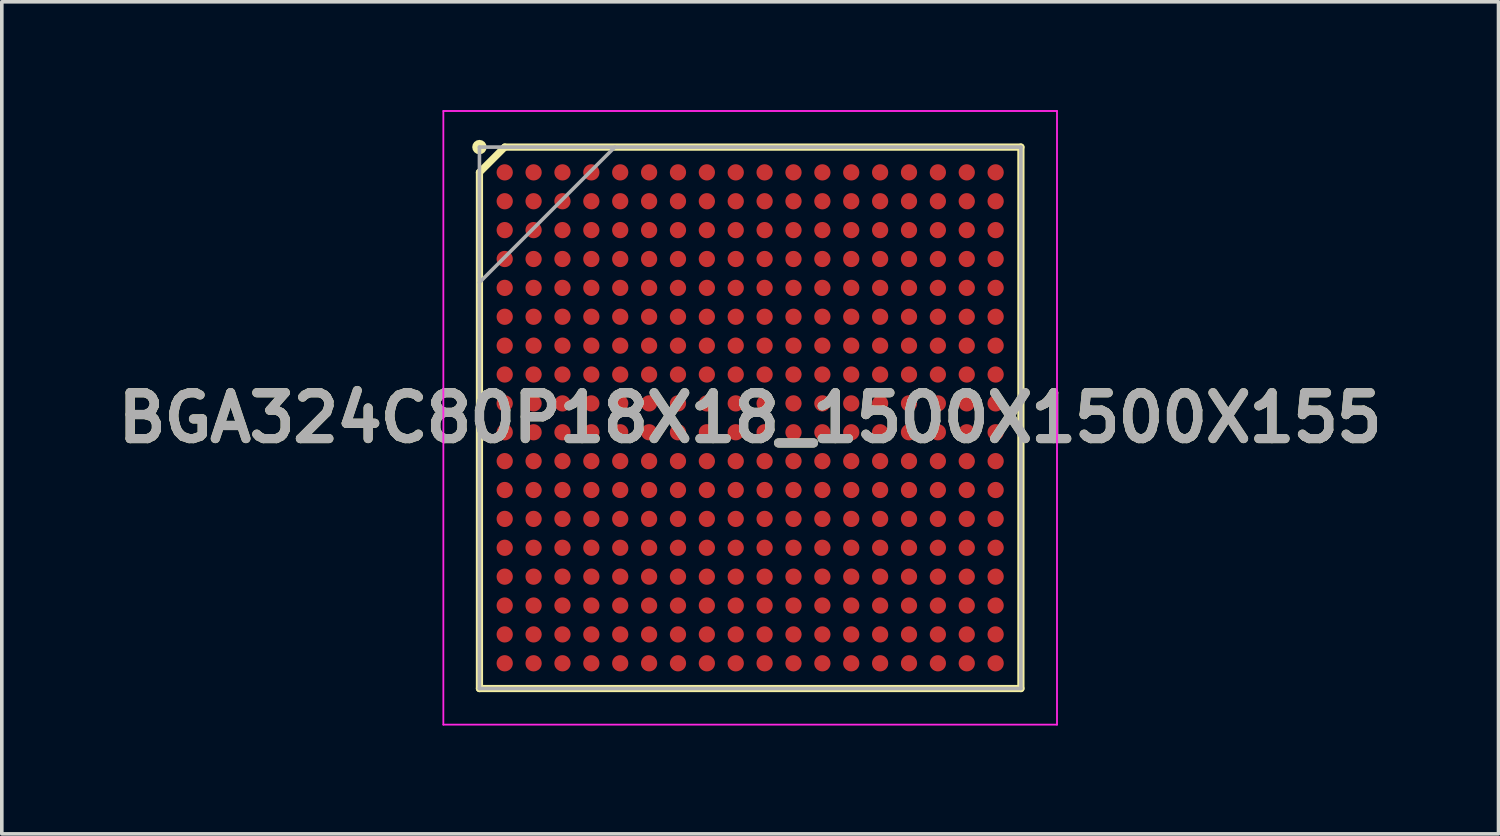
<source format=kicad_pcb>
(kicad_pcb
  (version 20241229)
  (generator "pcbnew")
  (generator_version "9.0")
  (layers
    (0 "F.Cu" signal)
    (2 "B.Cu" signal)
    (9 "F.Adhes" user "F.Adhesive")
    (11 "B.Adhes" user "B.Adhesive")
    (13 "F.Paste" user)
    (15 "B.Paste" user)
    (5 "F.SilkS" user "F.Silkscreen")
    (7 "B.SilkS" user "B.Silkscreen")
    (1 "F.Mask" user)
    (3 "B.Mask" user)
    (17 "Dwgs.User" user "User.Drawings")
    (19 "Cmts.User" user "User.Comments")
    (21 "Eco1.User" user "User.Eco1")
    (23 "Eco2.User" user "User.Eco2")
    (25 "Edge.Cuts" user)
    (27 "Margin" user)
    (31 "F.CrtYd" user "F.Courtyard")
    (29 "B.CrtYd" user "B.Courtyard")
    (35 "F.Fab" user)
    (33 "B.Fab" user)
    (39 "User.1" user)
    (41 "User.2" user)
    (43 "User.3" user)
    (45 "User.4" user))
  (footprint "BGA324C80P18X18_1500X1500X155"
    (layer "F.Cu")
    (at 17.732 8.525)
    (property "Reference" "BGA324C80P18X18_1500X1500X155" (at 0 0 0) (layer "F.SilkS") (effects (font (size 1.27 1.27) (thickness 0.254))))
    (attr smd)
    (fp_line (start -7.5 -6.8) (end -6.8 -7.5) (stroke (width 0.2) (type solid)) (layer "F.SilkS"))
    (fp_line (start -7.5 7.5) (end -7.5 -6.8) (stroke (width 0.2) (type solid)) (layer "F.SilkS"))
    (fp_line (start -6.8 -7.5) (end 7.5 -7.5) (stroke (width 0.2) (type solid)) (layer "F.SilkS"))
    (fp_line (start 7.5 -7.5) (end 7.5 7.5) (stroke (width 0.2) (type solid)) (layer "F.SilkS"))
    (fp_line (start 7.5 7.5) (end -7.5 7.5) (stroke (width 0.2) (type solid)) (layer "F.SilkS"))
    (fp_circle (center -7.5 -7.5) (end -7.5 -7.4) (stroke (width 0.2) (type solid)) (fill no) (layer "F.SilkS"))
    (fp_line (start -8.5 -8.5) (end 8.5 -8.5) (stroke (width 0.05) (type solid)) (layer "F.CrtYd"))
    (fp_line (start -8.5 8.5) (end -8.5 -8.5) (stroke (width 0.05) (type solid)) (layer "F.CrtYd"))
    (fp_line (start 8.5 -8.5) (end 8.5 8.5) (stroke (width 0.05) (type solid)) (layer "F.CrtYd"))
    (fp_line (start 8.5 8.5) (end -8.5 8.5) (stroke (width 0.05) (type solid)) (layer "F.CrtYd"))
    (fp_line (start -7.5 -7.5) (end 7.5 -7.5) (stroke (width 0.1) (type solid)) (layer "F.Fab"))
    (fp_line (start -7.5 -3.75) (end -3.75 -7.5) (stroke (width 0.1) (type solid)) (layer "F.Fab"))
    (fp_line (start -7.5 7.5) (end -7.5 -7.5) (stroke (width 0.1) (type solid)) (layer "F.Fab"))
    (fp_line (start 7.5 -7.5) (end 7.5 7.5) (stroke (width 0.1) (type solid)) (layer "F.Fab"))
    (fp_line (start 7.5 7.5) (end -7.5 7.5) (stroke (width 0.1) (type solid)) (layer "F.Fab"))
    (fp_text user "${REFERENCE}" (at 0 0 0) (layer "F.Fab") (effects (font (size 1.27 1.27) (thickness 0.254))))
    (pad "A1" smd circle (at -6.8 -6.8 90) (size 0.45 0.45) (layers "F.Cu" "F.Mask" "F.Paste"))
    (pad "A2" smd circle (at -6 -6.8 90) (size 0.45 0.45) (layers "F.Cu" "F.Mask" "F.Paste"))
    (pad "A3" smd circle (at -5.2 -6.8 90) (size 0.45 0.45) (layers "F.Cu" "F.Mask" "F.Paste"))
    (pad "A4" smd circle (at -4.4 -6.8 90) (size 0.45 0.45) (layers "F.Cu" "F.Mask" "F.Paste"))
    (pad "A5" smd circle (at -3.6 -6.8 90) (size 0.45 0.45) (layers "F.Cu" "F.Mask" "F.Paste"))
    (pad "A6" smd circle (at -2.8 -6.8 90) (size 0.45 0.45) (layers "F.Cu" "F.Mask" "F.Paste"))
    (pad "A7" smd circle (at -2 -6.8 90) (size 0.45 0.45) (layers "F.Cu" "F.Mask" "F.Paste"))
    (pad "A8" smd circle (at -1.2 -6.8 90) (size 0.45 0.45) (layers "F.Cu" "F.Mask" "F.Paste"))
    (pad "A9" smd circle (at -0.4 -6.8 90) (size 0.45 0.45) (layers "F.Cu" "F.Mask" "F.Paste"))
    (pad "A10" smd circle (at 0.4 -6.8 90) (size 0.45 0.45) (layers "F.Cu" "F.Mask" "F.Paste"))
    (pad "A11" smd circle (at 1.2 -6.8 90) (size 0.45 0.45) (layers "F.Cu" "F.Mask" "F.Paste"))
    (pad "A12" smd circle (at 2 -6.8 90) (size 0.45 0.45) (layers "F.Cu" "F.Mask" "F.Paste"))
    (pad "A13" smd circle (at 2.8 -6.8 90) (size 0.45 0.45) (layers "F.Cu" "F.Mask" "F.Paste"))
    (pad "A14" smd circle (at 3.6 -6.8 90) (size 0.45 0.45) (layers "F.Cu" "F.Mask" "F.Paste"))
    (pad "A15" smd circle (at 4.4 -6.8 90) (size 0.45 0.45) (layers "F.Cu" "F.Mask" "F.Paste"))
    (pad "A16" smd circle (at 5.2 -6.8 90) (size 0.45 0.45) (layers "F.Cu" "F.Mask" "F.Paste"))
    (pad "A17" smd circle (at 6 -6.8 90) (size 0.45 0.45) (layers "F.Cu" "F.Mask" "F.Paste"))
    (pad "A18" smd circle (at 6.8 -6.8 90) (size 0.45 0.45) (layers "F.Cu" "F.Mask" "F.Paste"))
    (pad "B1" smd circle (at -6.8 -6 90) (size 0.45 0.45) (layers "F.Cu" "F.Mask" "F.Paste"))
    (pad "B2" smd circle (at -6 -6 90) (size 0.45 0.45) (layers "F.Cu" "F.Mask" "F.Paste"))
    (pad "B3" smd circle (at -5.2 -6 90) (size 0.45 0.45) (layers "F.Cu" "F.Mask" "F.Paste"))
    (pad "B4" smd circle (at -4.4 -6 90) (size 0.45 0.45) (layers "F.Cu" "F.Mask" "F.Paste"))
    (pad "B5" smd circle (at -3.6 -6 90) (size 0.45 0.45) (layers "F.Cu" "F.Mask" "F.Paste"))
    (pad "B6" smd circle (at -2.8 -6 90) (size 0.45 0.45) (layers "F.Cu" "F.Mask" "F.Paste"))
    (pad "B7" smd circle (at -2 -6 90) (size 0.45 0.45) (layers "F.Cu" "F.Mask" "F.Paste"))
    (pad "B8" smd circle (at -1.2 -6 90) (size 0.45 0.45) (layers "F.Cu" "F.Mask" "F.Paste"))
    (pad "B9" smd circle (at -0.4 -6 90) (size 0.45 0.45) (layers "F.Cu" "F.Mask" "F.Paste"))
    (pad "B10" smd circle (at 0.4 -6 90) (size 0.45 0.45) (layers "F.Cu" "F.Mask" "F.Paste"))
    (pad "B11" smd circle (at 1.2 -6 90) (size 0.45 0.45) (layers "F.Cu" "F.Mask" "F.Paste"))
    (pad "B12" smd circle (at 2 -6 90) (size 0.45 0.45) (layers "F.Cu" "F.Mask" "F.Paste"))
    (pad "B13" smd circle (at 2.8 -6 90) (size 0.45 0.45) (layers "F.Cu" "F.Mask" "F.Paste"))
    (pad "B14" smd circle (at 3.6 -6 90) (size 0.45 0.45) (layers "F.Cu" "F.Mask" "F.Paste"))
    (pad "B15" smd circle (at 4.4 -6 90) (size 0.45 0.45) (layers "F.Cu" "F.Mask" "F.Paste"))
    (pad "B16" smd circle (at 5.2 -6 90) (size 0.45 0.45) (layers "F.Cu" "F.Mask" "F.Paste"))
    (pad "B17" smd circle (at 6 -6 90) (size 0.45 0.45) (layers "F.Cu" "F.Mask" "F.Paste"))
    (pad "B18" smd circle (at 6.8 -6 90) (size 0.45 0.45) (layers "F.Cu" "F.Mask" "F.Paste"))
    (pad "C1" smd circle (at -6.8 -5.2 90) (size 0.45 0.45) (layers "F.Cu" "F.Mask" "F.Paste"))
    (pad "C2" smd circle (at -6 -5.2 90) (size 0.45 0.45) (layers "F.Cu" "F.Mask" "F.Paste"))
    (pad "C3" smd circle (at -5.2 -5.2 90) (size 0.45 0.45) (layers "F.Cu" "F.Mask" "F.Paste"))
    (pad "C4" smd circle (at -4.4 -5.2 90) (size 0.45 0.45) (layers "F.Cu" "F.Mask" "F.Paste"))
    (pad "C5" smd circle (at -3.6 -5.2 90) (size 0.45 0.45) (layers "F.Cu" "F.Mask" "F.Paste"))
    (pad "C6" smd circle (at -2.8 -5.2 90) (size 0.45 0.45) (layers "F.Cu" "F.Mask" "F.Paste"))
    (pad "C7" smd circle (at -2 -5.2 90) (size 0.45 0.45) (layers "F.Cu" "F.Mask" "F.Paste"))
    (pad "C8" smd circle (at -1.2 -5.2 90) (size 0.45 0.45) (layers "F.Cu" "F.Mask" "F.Paste"))
    (pad "C9" smd circle (at -0.4 -5.2 90) (size 0.45 0.45) (layers "F.Cu" "F.Mask" "F.Paste"))
    (pad "C10" smd circle (at 0.4 -5.2 90) (size 0.45 0.45) (layers "F.Cu" "F.Mask" "F.Paste"))
    (pad "C11" smd circle (at 1.2 -5.2 90) (size 0.45 0.45) (layers "F.Cu" "F.Mask" "F.Paste"))
    (pad "C12" smd circle (at 2 -5.2 90) (size 0.45 0.45) (layers "F.Cu" "F.Mask" "F.Paste"))
    (pad "C13" smd circle (at 2.8 -5.2 90) (size 0.45 0.45) (layers "F.Cu" "F.Mask" "F.Paste"))
    (pad "C14" smd circle (at 3.6 -5.2 90) (size 0.45 0.45) (layers "F.Cu" "F.Mask" "F.Paste"))
    (pad "C15" smd circle (at 4.4 -5.2 90) (size 0.45 0.45) (layers "F.Cu" "F.Mask" "F.Paste"))
    (pad "C16" smd circle (at 5.2 -5.2 90) (size 0.45 0.45) (layers "F.Cu" "F.Mask" "F.Paste"))
    (pad "C17" smd circle (at 6 -5.2 90) (size 0.45 0.45) (layers "F.Cu" "F.Mask" "F.Paste"))
    (pad "C18" smd circle (at 6.8 -5.2 90) (size 0.45 0.45) (layers "F.Cu" "F.Mask" "F.Paste"))
    (pad "D1" smd circle (at -6.8 -4.4 90) (size 0.45 0.45) (layers "F.Cu" "F.Mask" "F.Paste"))
    (pad "D2" smd circle (at -6 -4.4 90) (size 0.45 0.45) (layers "F.Cu" "F.Mask" "F.Paste"))
    (pad "D3" smd circle (at -5.2 -4.4 90) (size 0.45 0.45) (layers "F.Cu" "F.Mask" "F.Paste"))
    (pad "D4" smd circle (at -4.4 -4.4 90) (size 0.45 0.45) (layers "F.Cu" "F.Mask" "F.Paste"))
    (pad "D5" smd circle (at -3.6 -4.4 90) (size 0.45 0.45) (layers "F.Cu" "F.Mask" "F.Paste"))
    (pad "D6" smd circle (at -2.8 -4.4 90) (size 0.45 0.45) (layers "F.Cu" "F.Mask" "F.Paste"))
    (pad "D7" smd circle (at -2 -4.4 90) (size 0.45 0.45) (layers "F.Cu" "F.Mask" "F.Paste"))
    (pad "D8" smd circle (at -1.2 -4.4 90) (size 0.45 0.45) (layers "F.Cu" "F.Mask" "F.Paste"))
    (pad "D9" smd circle (at -0.4 -4.4 90) (size 0.45 0.45) (layers "F.Cu" "F.Mask" "F.Paste"))
    (pad "D10" smd circle (at 0.4 -4.4 90) (size 0.45 0.45) (layers "F.Cu" "F.Mask" "F.Paste"))
    (pad "D11" smd circle (at 1.2 -4.4 90) (size 0.45 0.45) (layers "F.Cu" "F.Mask" "F.Paste"))
    (pad "D12" smd circle (at 2 -4.4 90) (size 0.45 0.45) (layers "F.Cu" "F.Mask" "F.Paste"))
    (pad "D13" smd circle (at 2.8 -4.4 90) (size 0.45 0.45) (layers "F.Cu" "F.Mask" "F.Paste"))
    (pad "D14" smd circle (at 3.6 -4.4 90) (size 0.45 0.45) (layers "F.Cu" "F.Mask" "F.Paste"))
    (pad "D15" smd circle (at 4.4 -4.4 90) (size 0.45 0.45) (layers "F.Cu" "F.Mask" "F.Paste"))
    (pad "D16" smd circle (at 5.2 -4.4 90) (size 0.45 0.45) (layers "F.Cu" "F.Mask" "F.Paste"))
    (pad "D17" smd circle (at 6 -4.4 90) (size 0.45 0.45) (layers "F.Cu" "F.Mask" "F.Paste"))
    (pad "D18" smd circle (at 6.8 -4.4 90) (size 0.45 0.45) (layers "F.Cu" "F.Mask" "F.Paste"))
    (pad "E1" smd circle (at -6.8 -3.6 90) (size 0.45 0.45) (layers "F.Cu" "F.Mask" "F.Paste"))
    (pad "E2" smd circle (at -6 -3.6 90) (size 0.45 0.45) (layers "F.Cu" "F.Mask" "F.Paste"))
    (pad "E3" smd circle (at -5.2 -3.6 90) (size 0.45 0.45) (layers "F.Cu" "F.Mask" "F.Paste"))
    (pad "E4" smd circle (at -4.4 -3.6 90) (size 0.45 0.45) (layers "F.Cu" "F.Mask" "F.Paste"))
    (pad "E5" smd circle (at -3.6 -3.6 90) (size 0.45 0.45) (layers "F.Cu" "F.Mask" "F.Paste"))
    (pad "E6" smd circle (at -2.8 -3.6 90) (size 0.45 0.45) (layers "F.Cu" "F.Mask" "F.Paste"))
    (pad "E7" smd circle (at -2 -3.6 90) (size 0.45 0.45) (layers "F.Cu" "F.Mask" "F.Paste"))
    (pad "E8" smd circle (at -1.2 -3.6 90) (size 0.45 0.45) (layers "F.Cu" "F.Mask" "F.Paste"))
    (pad "E9" smd circle (at -0.4 -3.6 90) (size 0.45 0.45) (layers "F.Cu" "F.Mask" "F.Paste"))
    (pad "E10" smd circle (at 0.4 -3.6 90) (size 0.45 0.45) (layers "F.Cu" "F.Mask" "F.Paste"))
    (pad "E11" smd circle (at 1.2 -3.6 90) (size 0.45 0.45) (layers "F.Cu" "F.Mask" "F.Paste"))
    (pad "E12" smd circle (at 2 -3.6 90) (size 0.45 0.45) (layers "F.Cu" "F.Mask" "F.Paste"))
    (pad "E13" smd circle (at 2.8 -3.6 90) (size 0.45 0.45) (layers "F.Cu" "F.Mask" "F.Paste"))
    (pad "E14" smd circle (at 3.6 -3.6 90) (size 0.45 0.45) (layers "F.Cu" "F.Mask" "F.Paste"))
    (pad "E15" smd circle (at 4.4 -3.6 90) (size 0.45 0.45) (layers "F.Cu" "F.Mask" "F.Paste"))
    (pad "E16" smd circle (at 5.2 -3.6 90) (size 0.45 0.45) (layers "F.Cu" "F.Mask" "F.Paste"))
    (pad "E17" smd circle (at 6 -3.6 90) (size 0.45 0.45) (layers "F.Cu" "F.Mask" "F.Paste"))
    (pad "E18" smd circle (at 6.8 -3.6 90) (size 0.45 0.45) (layers "F.Cu" "F.Mask" "F.Paste"))
    (pad "F1" smd circle (at -6.8 -2.8 90) (size 0.45 0.45) (layers "F.Cu" "F.Mask" "F.Paste"))
    (pad "F2" smd circle (at -6 -2.8 90) (size 0.45 0.45) (layers "F.Cu" "F.Mask" "F.Paste"))
    (pad "F3" smd circle (at -5.2 -2.8 90) (size 0.45 0.45) (layers "F.Cu" "F.Mask" "F.Paste"))
    (pad "F4" smd circle (at -4.4 -2.8 90) (size 0.45 0.45) (layers "F.Cu" "F.Mask" "F.Paste"))
    (pad "F5" smd circle (at -3.6 -2.8 90) (size 0.45 0.45) (layers "F.Cu" "F.Mask" "F.Paste"))
    (pad "F6" smd circle (at -2.8 -2.8 90) (size 0.45 0.45) (layers "F.Cu" "F.Mask" "F.Paste"))
    (pad "F7" smd circle (at -2 -2.8 90) (size 0.45 0.45) (layers "F.Cu" "F.Mask" "F.Paste"))
    (pad "F8" smd circle (at -1.2 -2.8 90) (size 0.45 0.45) (layers "F.Cu" "F.Mask" "F.Paste"))
    (pad "F9" smd circle (at -0.4 -2.8 90) (size 0.45 0.45) (layers "F.Cu" "F.Mask" "F.Paste"))
    (pad "F10" smd circle (at 0.4 -2.8 90) (size 0.45 0.45) (layers "F.Cu" "F.Mask" "F.Paste"))
    (pad "F11" smd circle (at 1.2 -2.8 90) (size 0.45 0.45) (layers "F.Cu" "F.Mask" "F.Paste"))
    (pad "F12" smd circle (at 2 -2.8 90) (size 0.45 0.45) (layers "F.Cu" "F.Mask" "F.Paste"))
    (pad "F13" smd circle (at 2.8 -2.8 90) (size 0.45 0.45) (layers "F.Cu" "F.Mask" "F.Paste"))
    (pad "F14" smd circle (at 3.6 -2.8 90) (size 0.45 0.45) (layers "F.Cu" "F.Mask" "F.Paste"))
    (pad "F15" smd circle (at 4.4 -2.8 90) (size 0.45 0.45) (layers "F.Cu" "F.Mask" "F.Paste"))
    (pad "F16" smd circle (at 5.2 -2.8 90) (size 0.45 0.45) (layers "F.Cu" "F.Mask" "F.Paste"))
    (pad "F17" smd circle (at 6 -2.8 90) (size 0.45 0.45) (layers "F.Cu" "F.Mask" "F.Paste"))
    (pad "F18" smd circle (at 6.8 -2.8 90) (size 0.45 0.45) (layers "F.Cu" "F.Mask" "F.Paste"))
    (pad "G1" smd circle (at -6.8 -2 90) (size 0.45 0.45) (layers "F.Cu" "F.Mask" "F.Paste"))
    (pad "G2" smd circle (at -6 -2 90) (size 0.45 0.45) (layers "F.Cu" "F.Mask" "F.Paste"))
    (pad "G3" smd circle (at -5.2 -2 90) (size 0.45 0.45) (layers "F.Cu" "F.Mask" "F.Paste"))
    (pad "G4" smd circle (at -4.4 -2 90) (size 0.45 0.45) (layers "F.Cu" "F.Mask" "F.Paste"))
    (pad "G5" smd circle (at -3.6 -2 90) (size 0.45 0.45) (layers "F.Cu" "F.Mask" "F.Paste"))
    (pad "G6" smd circle (at -2.8 -2 90) (size 0.45 0.45) (layers "F.Cu" "F.Mask" "F.Paste"))
    (pad "G7" smd circle (at -2 -2 90) (size 0.45 0.45) (layers "F.Cu" "F.Mask" "F.Paste"))
    (pad "G8" smd circle (at -1.2 -2 90) (size 0.45 0.45) (layers "F.Cu" "F.Mask" "F.Paste"))
    (pad "G9" smd circle (at -0.4 -2 90) (size 0.45 0.45) (layers "F.Cu" "F.Mask" "F.Paste"))
    (pad "G10" smd circle (at 0.4 -2 90) (size 0.45 0.45) (layers "F.Cu" "F.Mask" "F.Paste"))
    (pad "G11" smd circle (at 1.2 -2 90) (size 0.45 0.45) (layers "F.Cu" "F.Mask" "F.Paste"))
    (pad "G12" smd circle (at 2 -2 90) (size 0.45 0.45) (layers "F.Cu" "F.Mask" "F.Paste"))
    (pad "G13" smd circle (at 2.8 -2 90) (size 0.45 0.45) (layers "F.Cu" "F.Mask" "F.Paste"))
    (pad "G14" smd circle (at 3.6 -2 90) (size 0.45 0.45) (layers "F.Cu" "F.Mask" "F.Paste"))
    (pad "G15" smd circle (at 4.4 -2 90) (size 0.45 0.45) (layers "F.Cu" "F.Mask" "F.Paste"))
    (pad "G16" smd circle (at 5.2 -2 90) (size 0.45 0.45) (layers "F.Cu" "F.Mask" "F.Paste"))
    (pad "G17" smd circle (at 6 -2 90) (size 0.45 0.45) (layers "F.Cu" "F.Mask" "F.Paste"))
    (pad "G18" smd circle (at 6.8 -2 90) (size 0.45 0.45) (layers "F.Cu" "F.Mask" "F.Paste"))
    (pad "H1" smd circle (at -6.8 -1.2 90) (size 0.45 0.45) (layers "F.Cu" "F.Mask" "F.Paste"))
    (pad "H2" smd circle (at -6 -1.2 90) (size 0.45 0.45) (layers "F.Cu" "F.Mask" "F.Paste"))
    (pad "H3" smd circle (at -5.2 -1.2 90) (size 0.45 0.45) (layers "F.Cu" "F.Mask" "F.Paste"))
    (pad "H4" smd circle (at -4.4 -1.2 90) (size 0.45 0.45) (layers "F.Cu" "F.Mask" "F.Paste"))
    (pad "H5" smd circle (at -3.6 -1.2 90) (size 0.45 0.45) (layers "F.Cu" "F.Mask" "F.Paste"))
    (pad "H6" smd circle (at -2.8 -1.2 90) (size 0.45 0.45) (layers "F.Cu" "F.Mask" "F.Paste"))
    (pad "H7" smd circle (at -2 -1.2 90) (size 0.45 0.45) (layers "F.Cu" "F.Mask" "F.Paste"))
    (pad "H8" smd circle (at -1.2 -1.2 90) (size 0.45 0.45) (layers "F.Cu" "F.Mask" "F.Paste"))
    (pad "H9" smd circle (at -0.4 -1.2 90) (size 0.45 0.45) (layers "F.Cu" "F.Mask" "F.Paste"))
    (pad "H10" smd circle (at 0.4 -1.2 90) (size 0.45 0.45) (layers "F.Cu" "F.Mask" "F.Paste"))
    (pad "H11" smd circle (at 1.2 -1.2 90) (size 0.45 0.45) (layers "F.Cu" "F.Mask" "F.Paste"))
    (pad "H12" smd circle (at 2 -1.2 90) (size 0.45 0.45) (layers "F.Cu" "F.Mask" "F.Paste"))
    (pad "H13" smd circle (at 2.8 -1.2 90) (size 0.45 0.45) (layers "F.Cu" "F.Mask" "F.Paste"))
    (pad "H14" smd circle (at 3.6 -1.2 90) (size 0.45 0.45) (layers "F.Cu" "F.Mask" "F.Paste"))
    (pad "H15" smd circle (at 4.4 -1.2 90) (size 0.45 0.45) (layers "F.Cu" "F.Mask" "F.Paste"))
    (pad "H16" smd circle (at 5.2 -1.2 90) (size 0.45 0.45) (layers "F.Cu" "F.Mask" "F.Paste"))
    (pad "H17" smd circle (at 6 -1.2 90) (size 0.45 0.45) (layers "F.Cu" "F.Mask" "F.Paste"))
    (pad "H18" smd circle (at 6.8 -1.2 90) (size 0.45 0.45) (layers "F.Cu" "F.Mask" "F.Paste"))
    (pad "J1" smd circle (at -6.8 -0.4 90) (size 0.45 0.45) (layers "F.Cu" "F.Mask" "F.Paste"))
    (pad "J2" smd circle (at -6 -0.4 90) (size 0.45 0.45) (layers "F.Cu" "F.Mask" "F.Paste"))
    (pad "J3" smd circle (at -5.2 -0.4 90) (size 0.45 0.45) (layers "F.Cu" "F.Mask" "F.Paste"))
    (pad "J4" smd circle (at -4.4 -0.4 90) (size 0.45 0.45) (layers "F.Cu" "F.Mask" "F.Paste"))
    (pad "J5" smd circle (at -3.6 -0.4 90) (size 0.45 0.45) (layers "F.Cu" "F.Mask" "F.Paste"))
    (pad "J6" smd circle (at -2.8 -0.4 90) (size 0.45 0.45) (layers "F.Cu" "F.Mask" "F.Paste"))
    (pad "J7" smd circle (at -2 -0.4 90) (size 0.45 0.45) (layers "F.Cu" "F.Mask" "F.Paste"))
    (pad "J8" smd circle (at -1.2 -0.4 90) (size 0.45 0.45) (layers "F.Cu" "F.Mask" "F.Paste"))
    (pad "J9" smd circle (at -0.4 -0.4 90) (size 0.45 0.45) (layers "F.Cu" "F.Mask" "F.Paste"))
    (pad "J10" smd circle (at 0.4 -0.4 90) (size 0.45 0.45) (layers "F.Cu" "F.Mask" "F.Paste"))
    (pad "J11" smd circle (at 1.2 -0.4 90) (size 0.45 0.45) (layers "F.Cu" "F.Mask" "F.Paste"))
    (pad "J12" smd circle (at 2 -0.4 90) (size 0.45 0.45) (layers "F.Cu" "F.Mask" "F.Paste"))
    (pad "J13" smd circle (at 2.8 -0.4 90) (size 0.45 0.45) (layers "F.Cu" "F.Mask" "F.Paste"))
    (pad "J14" smd circle (at 3.6 -0.4 90) (size 0.45 0.45) (layers "F.Cu" "F.Mask" "F.Paste"))
    (pad "J15" smd circle (at 4.4 -0.4 90) (size 0.45 0.45) (layers "F.Cu" "F.Mask" "F.Paste"))
    (pad "J16" smd circle (at 5.2 -0.4 90) (size 0.45 0.45) (layers "F.Cu" "F.Mask" "F.Paste"))
    (pad "J17" smd circle (at 6 -0.4 90) (size 0.45 0.45) (layers "F.Cu" "F.Mask" "F.Paste"))
    (pad "J18" smd circle (at 6.8 -0.4 90) (size 0.45 0.45) (layers "F.Cu" "F.Mask" "F.Paste"))
    (pad "K1" smd circle (at -6.8 0.4 90) (size 0.45 0.45) (layers "F.Cu" "F.Mask" "F.Paste"))
    (pad "K2" smd circle (at -6 0.4 90) (size 0.45 0.45) (layers "F.Cu" "F.Mask" "F.Paste"))
    (pad "K3" smd circle (at -5.2 0.4 90) (size 0.45 0.45) (layers "F.Cu" "F.Mask" "F.Paste"))
    (pad "K4" smd circle (at -4.4 0.4 90) (size 0.45 0.45) (layers "F.Cu" "F.Mask" "F.Paste"))
    (pad "K5" smd circle (at -3.6 0.4 90) (size 0.45 0.45) (layers "F.Cu" "F.Mask" "F.Paste"))
    (pad "K6" smd circle (at -2.8 0.4 90) (size 0.45 0.45) (layers "F.Cu" "F.Mask" "F.Paste"))
    (pad "K7" smd circle (at -2 0.4 90) (size 0.45 0.45) (layers "F.Cu" "F.Mask" "F.Paste"))
    (pad "K8" smd circle (at -1.2 0.4 90) (size 0.45 0.45) (layers "F.Cu" "F.Mask" "F.Paste"))
    (pad "K9" smd circle (at -0.4 0.4 90) (size 0.45 0.45) (layers "F.Cu" "F.Mask" "F.Paste"))
    (pad "K10" smd circle (at 0.4 0.4 90) (size 0.45 0.45) (layers "F.Cu" "F.Mask" "F.Paste"))
    (pad "K11" smd circle (at 1.2 0.4 90) (size 0.45 0.45) (layers "F.Cu" "F.Mask" "F.Paste"))
    (pad "K12" smd circle (at 2 0.4 90) (size 0.45 0.45) (layers "F.Cu" "F.Mask" "F.Paste"))
    (pad "K13" smd circle (at 2.8 0.4 90) (size 0.45 0.45) (layers "F.Cu" "F.Mask" "F.Paste"))
    (pad "K14" smd circle (at 3.6 0.4 90) (size 0.45 0.45) (layers "F.Cu" "F.Mask" "F.Paste"))
    (pad "K15" smd circle (at 4.4 0.4 90) (size 0.45 0.45) (layers "F.Cu" "F.Mask" "F.Paste"))
    (pad "K16" smd circle (at 5.2 0.4 90) (size 0.45 0.45) (layers "F.Cu" "F.Mask" "F.Paste"))
    (pad "K17" smd circle (at 6 0.4 90) (size 0.45 0.45) (layers "F.Cu" "F.Mask" "F.Paste"))
    (pad "K18" smd circle (at 6.8 0.4 90) (size 0.45 0.45) (layers "F.Cu" "F.Mask" "F.Paste"))
    (pad "L1" smd circle (at -6.8 1.2 90) (size 0.45 0.45) (layers "F.Cu" "F.Mask" "F.Paste"))
    (pad "L2" smd circle (at -6 1.2 90) (size 0.45 0.45) (layers "F.Cu" "F.Mask" "F.Paste"))
    (pad "L3" smd circle (at -5.2 1.2 90) (size 0.45 0.45) (layers "F.Cu" "F.Mask" "F.Paste"))
    (pad "L4" smd circle (at -4.4 1.2 90) (size 0.45 0.45) (layers "F.Cu" "F.Mask" "F.Paste"))
    (pad "L5" smd circle (at -3.6 1.2 90) (size 0.45 0.45) (layers "F.Cu" "F.Mask" "F.Paste"))
    (pad "L6" smd circle (at -2.8 1.2 90) (size 0.45 0.45) (layers "F.Cu" "F.Mask" "F.Paste"))
    (pad "L7" smd circle (at -2 1.2 90) (size 0.45 0.45) (layers "F.Cu" "F.Mask" "F.Paste"))
    (pad "L8" smd circle (at -1.2 1.2 90) (size 0.45 0.45) (layers "F.Cu" "F.Mask" "F.Paste"))
    (pad "L9" smd circle (at -0.4 1.2 90) (size 0.45 0.45) (layers "F.Cu" "F.Mask" "F.Paste"))
    (pad "L10" smd circle (at 0.4 1.2 90) (size 0.45 0.45) (layers "F.Cu" "F.Mask" "F.Paste"))
    (pad "L11" smd circle (at 1.2 1.2 90) (size 0.45 0.45) (layers "F.Cu" "F.Mask" "F.Paste"))
    (pad "L12" smd circle (at 2 1.2 90) (size 0.45 0.45) (layers "F.Cu" "F.Mask" "F.Paste"))
    (pad "L13" smd circle (at 2.8 1.2 90) (size 0.45 0.45) (layers "F.Cu" "F.Mask" "F.Paste"))
    (pad "L14" smd circle (at 3.6 1.2 90) (size 0.45 0.45) (layers "F.Cu" "F.Mask" "F.Paste"))
    (pad "L15" smd circle (at 4.4 1.2 90) (size 0.45 0.45) (layers "F.Cu" "F.Mask" "F.Paste"))
    (pad "L16" smd circle (at 5.2 1.2 90) (size 0.45 0.45) (layers "F.Cu" "F.Mask" "F.Paste"))
    (pad "L17" smd circle (at 6 1.2 90) (size 0.45 0.45) (layers "F.Cu" "F.Mask" "F.Paste"))
    (pad "L18" smd circle (at 6.8 1.2 90) (size 0.45 0.45) (layers "F.Cu" "F.Mask" "F.Paste"))
    (pad "M1" smd circle (at -6.8 2 90) (size 0.45 0.45) (layers "F.Cu" "F.Mask" "F.Paste"))
    (pad "M2" smd circle (at -6 2 90) (size 0.45 0.45) (layers "F.Cu" "F.Mask" "F.Paste"))
    (pad "M3" smd circle (at -5.2 2 90) (size 0.45 0.45) (layers "F.Cu" "F.Mask" "F.Paste"))
    (pad "M4" smd circle (at -4.4 2 90) (size 0.45 0.45) (layers "F.Cu" "F.Mask" "F.Paste"))
    (pad "M5" smd circle (at -3.6 2 90) (size 0.45 0.45) (layers "F.Cu" "F.Mask" "F.Paste"))
    (pad "M6" smd circle (at -2.8 2 90) (size 0.45 0.45) (layers "F.Cu" "F.Mask" "F.Paste"))
    (pad "M7" smd circle (at -2 2 90) (size 0.45 0.45) (layers "F.Cu" "F.Mask" "F.Paste"))
    (pad "M8" smd circle (at -1.2 2 90) (size 0.45 0.45) (layers "F.Cu" "F.Mask" "F.Paste"))
    (pad "M9" smd circle (at -0.4 2 90) (size 0.45 0.45) (layers "F.Cu" "F.Mask" "F.Paste"))
    (pad "M10" smd circle (at 0.4 2 90) (size 0.45 0.45) (layers "F.Cu" "F.Mask" "F.Paste"))
    (pad "M11" smd circle (at 1.2 2 90) (size 0.45 0.45) (layers "F.Cu" "F.Mask" "F.Paste"))
    (pad "M12" smd circle (at 2 2 90) (size 0.45 0.45) (layers "F.Cu" "F.Mask" "F.Paste"))
    (pad "M13" smd circle (at 2.8 2 90) (size 0.45 0.45) (layers "F.Cu" "F.Mask" "F.Paste"))
    (pad "M14" smd circle (at 3.6 2 90) (size 0.45 0.45) (layers "F.Cu" "F.Mask" "F.Paste"))
    (pad "M15" smd circle (at 4.4 2 90) (size 0.45 0.45) (layers "F.Cu" "F.Mask" "F.Paste"))
    (pad "M16" smd circle (at 5.2 2 90) (size 0.45 0.45) (layers "F.Cu" "F.Mask" "F.Paste"))
    (pad "M17" smd circle (at 6 2 90) (size 0.45 0.45) (layers "F.Cu" "F.Mask" "F.Paste"))
    (pad "M18" smd circle (at 6.8 2 90) (size 0.45 0.45) (layers "F.Cu" "F.Mask" "F.Paste"))
    (pad "N1" smd circle (at -6.8 2.8 90) (size 0.45 0.45) (layers "F.Cu" "F.Mask" "F.Paste"))
    (pad "N2" smd circle (at -6 2.8 90) (size 0.45 0.45) (layers "F.Cu" "F.Mask" "F.Paste"))
    (pad "N3" smd circle (at -5.2 2.8 90) (size 0.45 0.45) (layers "F.Cu" "F.Mask" "F.Paste"))
    (pad "N4" smd circle (at -4.4 2.8 90) (size 0.45 0.45) (layers "F.Cu" "F.Mask" "F.Paste"))
    (pad "N5" smd circle (at -3.6 2.8 90) (size 0.45 0.45) (layers "F.Cu" "F.Mask" "F.Paste"))
    (pad "N6" smd circle (at -2.8 2.8 90) (size 0.45 0.45) (layers "F.Cu" "F.Mask" "F.Paste"))
    (pad "N7" smd circle (at -2 2.8 90) (size 0.45 0.45) (layers "F.Cu" "F.Mask" "F.Paste"))
    (pad "N8" smd circle (at -1.2 2.8 90) (size 0.45 0.45) (layers "F.Cu" "F.Mask" "F.Paste"))
    (pad "N9" smd circle (at -0.4 2.8 90) (size 0.45 0.45) (layers "F.Cu" "F.Mask" "F.Paste"))
    (pad "N10" smd circle (at 0.4 2.8 90) (size 0.45 0.45) (layers "F.Cu" "F.Mask" "F.Paste"))
    (pad "N11" smd circle (at 1.2 2.8 90) (size 0.45 0.45) (layers "F.Cu" "F.Mask" "F.Paste"))
    (pad "N12" smd circle (at 2 2.8 90) (size 0.45 0.45) (layers "F.Cu" "F.Mask" "F.Paste"))
    (pad "N13" smd circle (at 2.8 2.8 90) (size 0.45 0.45) (layers "F.Cu" "F.Mask" "F.Paste"))
    (pad "N14" smd circle (at 3.6 2.8 90) (size 0.45 0.45) (layers "F.Cu" "F.Mask" "F.Paste"))
    (pad "N15" smd circle (at 4.4 2.8 90) (size 0.45 0.45) (layers "F.Cu" "F.Mask" "F.Paste"))
    (pad "N16" smd circle (at 5.2 2.8 90) (size 0.45 0.45) (layers "F.Cu" "F.Mask" "F.Paste"))
    (pad "N17" smd circle (at 6 2.8 90) (size 0.45 0.45) (layers "F.Cu" "F.Mask" "F.Paste"))
    (pad "N18" smd circle (at 6.8 2.8 90) (size 0.45 0.45) (layers "F.Cu" "F.Mask" "F.Paste"))
    (pad "P1" smd circle (at -6.8 3.6 90) (size 0.45 0.45) (layers "F.Cu" "F.Mask" "F.Paste"))
    (pad "P2" smd circle (at -6 3.6 90) (size 0.45 0.45) (layers "F.Cu" "F.Mask" "F.Paste"))
    (pad "P3" smd circle (at -5.2 3.6 90) (size 0.45 0.45) (layers "F.Cu" "F.Mask" "F.Paste"))
    (pad "P4" smd circle (at -4.4 3.6 90) (size 0.45 0.45) (layers "F.Cu" "F.Mask" "F.Paste"))
    (pad "P5" smd circle (at -3.6 3.6 90) (size 0.45 0.45) (layers "F.Cu" "F.Mask" "F.Paste"))
    (pad "P6" smd circle (at -2.8 3.6 90) (size 0.45 0.45) (layers "F.Cu" "F.Mask" "F.Paste"))
    (pad "P7" smd circle (at -2 3.6 90) (size 0.45 0.45) (layers "F.Cu" "F.Mask" "F.Paste"))
    (pad "P8" smd circle (at -1.2 3.6 90) (size 0.45 0.45) (layers "F.Cu" "F.Mask" "F.Paste"))
    (pad "P9" smd circle (at -0.4 3.6 90) (size 0.45 0.45) (layers "F.Cu" "F.Mask" "F.Paste"))
    (pad "P10" smd circle (at 0.4 3.6 90) (size 0.45 0.45) (layers "F.Cu" "F.Mask" "F.Paste"))
    (pad "P11" smd circle (at 1.2 3.6 90) (size 0.45 0.45) (layers "F.Cu" "F.Mask" "F.Paste"))
    (pad "P12" smd circle (at 2 3.6 90) (size 0.45 0.45) (layers "F.Cu" "F.Mask" "F.Paste"))
    (pad "P13" smd circle (at 2.8 3.6 90) (size 0.45 0.45) (layers "F.Cu" "F.Mask" "F.Paste"))
    (pad "P14" smd circle (at 3.6 3.6 90) (size 0.45 0.45) (layers "F.Cu" "F.Mask" "F.Paste"))
    (pad "P15" smd circle (at 4.4 3.6 90) (size 0.45 0.45) (layers "F.Cu" "F.Mask" "F.Paste"))
    (pad "P16" smd circle (at 5.2 3.6 90) (size 0.45 0.45) (layers "F.Cu" "F.Mask" "F.Paste"))
    (pad "P17" smd circle (at 6 3.6 90) (size 0.45 0.45) (layers "F.Cu" "F.Mask" "F.Paste"))
    (pad "P18" smd circle (at 6.8 3.6 90) (size 0.45 0.45) (layers "F.Cu" "F.Mask" "F.Paste"))
    (pad "R1" smd circle (at -6.8 4.4 90) (size 0.45 0.45) (layers "F.Cu" "F.Mask" "F.Paste"))
    (pad "R2" smd circle (at -6 4.4 90) (size 0.45 0.45) (layers "F.Cu" "F.Mask" "F.Paste"))
    (pad "R3" smd circle (at -5.2 4.4 90) (size 0.45 0.45) (layers "F.Cu" "F.Mask" "F.Paste"))
    (pad "R4" smd circle (at -4.4 4.4 90) (size 0.45 0.45) (layers "F.Cu" "F.Mask" "F.Paste"))
    (pad "R5" smd circle (at -3.6 4.4 90) (size 0.45 0.45) (layers "F.Cu" "F.Mask" "F.Paste"))
    (pad "R6" smd circle (at -2.8 4.4 90) (size 0.45 0.45) (layers "F.Cu" "F.Mask" "F.Paste"))
    (pad "R7" smd circle (at -2 4.4 90) (size 0.45 0.45) (layers "F.Cu" "F.Mask" "F.Paste"))
    (pad "R8" smd circle (at -1.2 4.4 90) (size 0.45 0.45) (layers "F.Cu" "F.Mask" "F.Paste"))
    (pad "R9" smd circle (at -0.4 4.4 90) (size 0.45 0.45) (layers "F.Cu" "F.Mask" "F.Paste"))
    (pad "R10" smd circle (at 0.4 4.4 90) (size 0.45 0.45) (layers "F.Cu" "F.Mask" "F.Paste"))
    (pad "R11" smd circle (at 1.2 4.4 90) (size 0.45 0.45) (layers "F.Cu" "F.Mask" "F.Paste"))
    (pad "R12" smd circle (at 2 4.4 90) (size 0.45 0.45) (layers "F.Cu" "F.Mask" "F.Paste"))
    (pad "R13" smd circle (at 2.8 4.4 90) (size 0.45 0.45) (layers "F.Cu" "F.Mask" "F.Paste"))
    (pad "R14" smd circle (at 3.6 4.4 90) (size 0.45 0.45) (layers "F.Cu" "F.Mask" "F.Paste"))
    (pad "R15" smd circle (at 4.4 4.4 90) (size 0.45 0.45) (layers "F.Cu" "F.Mask" "F.Paste"))
    (pad "R16" smd circle (at 5.2 4.4 90) (size 0.45 0.45) (layers "F.Cu" "F.Mask" "F.Paste"))
    (pad "R17" smd circle (at 6 4.4 90) (size 0.45 0.45) (layers "F.Cu" "F.Mask" "F.Paste"))
    (pad "R18" smd circle (at 6.8 4.4 90) (size 0.45 0.45) (layers "F.Cu" "F.Mask" "F.Paste"))
    (pad "T1" smd circle (at -6.8 5.2 90) (size 0.45 0.45) (layers "F.Cu" "F.Mask" "F.Paste"))
    (pad "T2" smd circle (at -6 5.2 90) (size 0.45 0.45) (layers "F.Cu" "F.Mask" "F.Paste"))
    (pad "T3" smd circle (at -5.2 5.2 90) (size 0.45 0.45) (layers "F.Cu" "F.Mask" "F.Paste"))
    (pad "T4" smd circle (at -4.4 5.2 90) (size 0.45 0.45) (layers "F.Cu" "F.Mask" "F.Paste"))
    (pad "T5" smd circle (at -3.6 5.2 90) (size 0.45 0.45) (layers "F.Cu" "F.Mask" "F.Paste"))
    (pad "T6" smd circle (at -2.8 5.2 90) (size 0.45 0.45) (layers "F.Cu" "F.Mask" "F.Paste"))
    (pad "T7" smd circle (at -2 5.2 90) (size 0.45 0.45) (layers "F.Cu" "F.Mask" "F.Paste"))
    (pad "T8" smd circle (at -1.2 5.2 90) (size 0.45 0.45) (layers "F.Cu" "F.Mask" "F.Paste"))
    (pad "T9" smd circle (at -0.4 5.2 90) (size 0.45 0.45) (layers "F.Cu" "F.Mask" "F.Paste"))
    (pad "T10" smd circle (at 0.4 5.2 90) (size 0.45 0.45) (layers "F.Cu" "F.Mask" "F.Paste"))
    (pad "T11" smd circle (at 1.2 5.2 90) (size 0.45 0.45) (layers "F.Cu" "F.Mask" "F.Paste"))
    (pad "T12" smd circle (at 2 5.2 90) (size 0.45 0.45) (layers "F.Cu" "F.Mask" "F.Paste"))
    (pad "T13" smd circle (at 2.8 5.2 90) (size 0.45 0.45) (layers "F.Cu" "F.Mask" "F.Paste"))
    (pad "T14" smd circle (at 3.6 5.2 90) (size 0.45 0.45) (layers "F.Cu" "F.Mask" "F.Paste"))
    (pad "T15" smd circle (at 4.4 5.2 90) (size 0.45 0.45) (layers "F.Cu" "F.Mask" "F.Paste"))
    (pad "T16" smd circle (at 5.2 5.2 90) (size 0.45 0.45) (layers "F.Cu" "F.Mask" "F.Paste"))
    (pad "T17" smd circle (at 6 5.2 90) (size 0.45 0.45) (layers "F.Cu" "F.Mask" "F.Paste"))
    (pad "T18" smd circle (at 6.8 5.2 90) (size 0.45 0.45) (layers "F.Cu" "F.Mask" "F.Paste"))
    (pad "U1" smd circle (at -6.8 6 90) (size 0.45 0.45) (layers "F.Cu" "F.Mask" "F.Paste"))
    (pad "U2" smd circle (at -6 6 90) (size 0.45 0.45) (layers "F.Cu" "F.Mask" "F.Paste"))
    (pad "U3" smd circle (at -5.2 6 90) (size 0.45 0.45) (layers "F.Cu" "F.Mask" "F.Paste"))
    (pad "U4" smd circle (at -4.4 6 90) (size 0.45 0.45) (layers "F.Cu" "F.Mask" "F.Paste"))
    (pad "U5" smd circle (at -3.6 6 90) (size 0.45 0.45) (layers "F.Cu" "F.Mask" "F.Paste"))
    (pad "U6" smd circle (at -2.8 6 90) (size 0.45 0.45) (layers "F.Cu" "F.Mask" "F.Paste"))
    (pad "U7" smd circle (at -2 6 90) (size 0.45 0.45) (layers "F.Cu" "F.Mask" "F.Paste"))
    (pad "U8" smd circle (at -1.2 6 90) (size 0.45 0.45) (layers "F.Cu" "F.Mask" "F.Paste"))
    (pad "U9" smd circle (at -0.4 6 90) (size 0.45 0.45) (layers "F.Cu" "F.Mask" "F.Paste"))
    (pad "U10" smd circle (at 0.4 6 90) (size 0.45 0.45) (layers "F.Cu" "F.Mask" "F.Paste"))
    (pad "U11" smd circle (at 1.2 6 90) (size 0.45 0.45) (layers "F.Cu" "F.Mask" "F.Paste"))
    (pad "U12" smd circle (at 2 6 90) (size 0.45 0.45) (layers "F.Cu" "F.Mask" "F.Paste"))
    (pad "U13" smd circle (at 2.8 6 90) (size 0.45 0.45) (layers "F.Cu" "F.Mask" "F.Paste"))
    (pad "U14" smd circle (at 3.6 6 90) (size 0.45 0.45) (layers "F.Cu" "F.Mask" "F.Paste"))
    (pad "U15" smd circle (at 4.4 6 90) (size 0.45 0.45) (layers "F.Cu" "F.Mask" "F.Paste"))
    (pad "U16" smd circle (at 5.2 6 90) (size 0.45 0.45) (layers "F.Cu" "F.Mask" "F.Paste"))
    (pad "U17" smd circle (at 6 6 90) (size 0.45 0.45) (layers "F.Cu" "F.Mask" "F.Paste"))
    (pad "U18" smd circle (at 6.8 6 90) (size 0.45 0.45) (layers "F.Cu" "F.Mask" "F.Paste"))
    (pad "V1" smd circle (at -6.8 6.8 90) (size 0.45 0.45) (layers "F.Cu" "F.Mask" "F.Paste"))
    (pad "V2" smd circle (at -6 6.8 90) (size 0.45 0.45) (layers "F.Cu" "F.Mask" "F.Paste"))
    (pad "V3" smd circle (at -5.2 6.8 90) (size 0.45 0.45) (layers "F.Cu" "F.Mask" "F.Paste"))
    (pad "V4" smd circle (at -4.4 6.8 90) (size 0.45 0.45) (layers "F.Cu" "F.Mask" "F.Paste"))
    (pad "V5" smd circle (at -3.6 6.8 90) (size 0.45 0.45) (layers "F.Cu" "F.Mask" "F.Paste"))
    (pad "V6" smd circle (at -2.8 6.8 90) (size 0.45 0.45) (layers "F.Cu" "F.Mask" "F.Paste"))
    (pad "V7" smd circle (at -2 6.8 90) (size 0.45 0.45) (layers "F.Cu" "F.Mask" "F.Paste"))
    (pad "V8" smd circle (at -1.2 6.8 90) (size 0.45 0.45) (layers "F.Cu" "F.Mask" "F.Paste"))
    (pad "V9" smd circle (at -0.4 6.8 90) (size 0.45 0.45) (layers "F.Cu" "F.Mask" "F.Paste"))
    (pad "V10" smd circle (at 0.4 6.8 90) (size 0.45 0.45) (layers "F.Cu" "F.Mask" "F.Paste"))
    (pad "V11" smd circle (at 1.2 6.8 90) (size 0.45 0.45) (layers "F.Cu" "F.Mask" "F.Paste"))
    (pad "V12" smd circle (at 2 6.8 90) (size 0.45 0.45) (layers "F.Cu" "F.Mask" "F.Paste"))
    (pad "V13" smd circle (at 2.8 6.8 90) (size 0.45 0.45) (layers "F.Cu" "F.Mask" "F.Paste"))
    (pad "V14" smd circle (at 3.6 6.8 90) (size 0.45 0.45) (layers "F.Cu" "F.Mask" "F.Paste"))
    (pad "V15" smd circle (at 4.4 6.8 90) (size 0.45 0.45) (layers "F.Cu" "F.Mask" "F.Paste"))
    (pad "V16" smd circle (at 5.2 6.8 90) (size 0.45 0.45) (layers "F.Cu" "F.Mask" "F.Paste"))
    (pad "V17" smd circle (at 6 6.8 90) (size 0.45 0.45) (layers "F.Cu" "F.Mask" "F.Paste"))
    (pad "V18" smd circle (at 6.8 6.8 90) (size 0.45 0.45) (layers "F.Cu" "F.Mask" "F.Paste")))
  (gr_rect
    (start -3 -3)
    (end 38.463 20.05)
    (stroke (width 0.1) (type default))
    (fill no)
    (layer "Edge.Cuts")))
</source>
